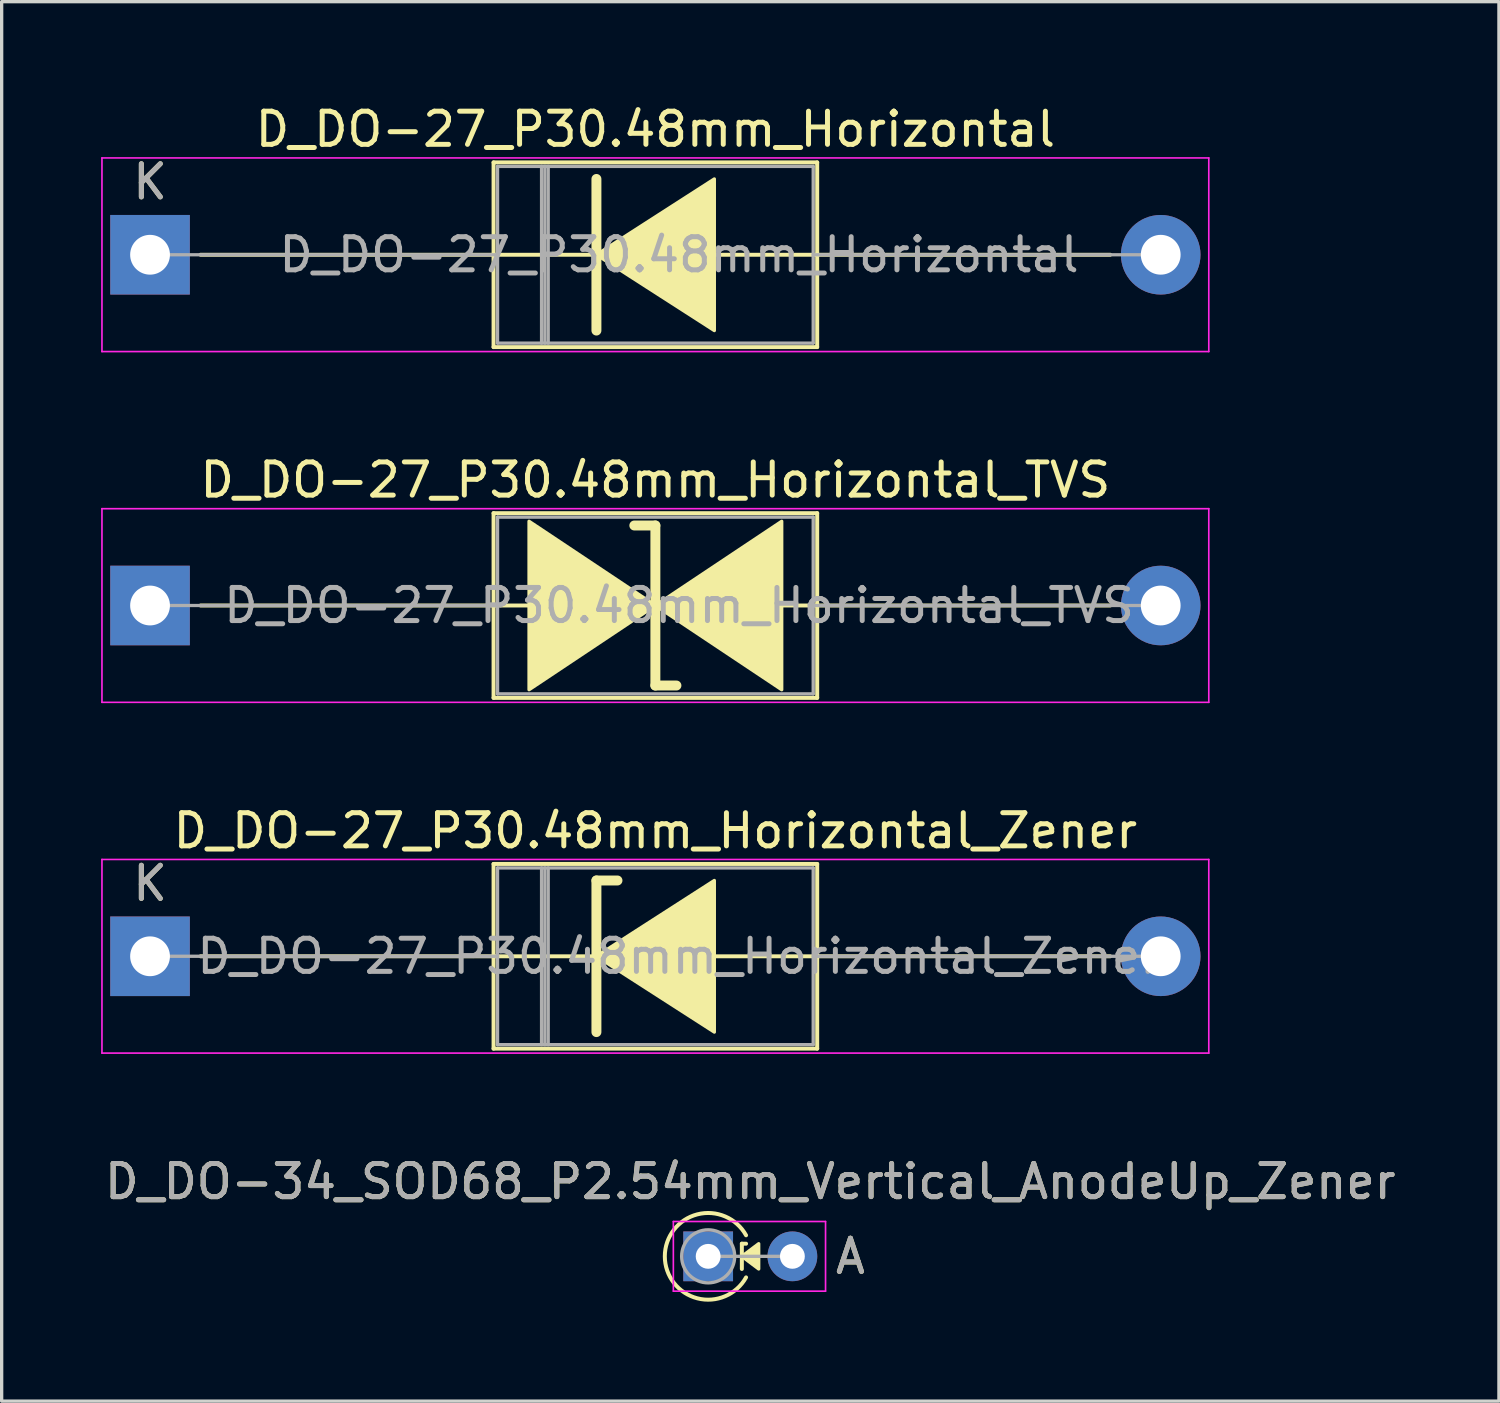
<source format=kicad_pcb>
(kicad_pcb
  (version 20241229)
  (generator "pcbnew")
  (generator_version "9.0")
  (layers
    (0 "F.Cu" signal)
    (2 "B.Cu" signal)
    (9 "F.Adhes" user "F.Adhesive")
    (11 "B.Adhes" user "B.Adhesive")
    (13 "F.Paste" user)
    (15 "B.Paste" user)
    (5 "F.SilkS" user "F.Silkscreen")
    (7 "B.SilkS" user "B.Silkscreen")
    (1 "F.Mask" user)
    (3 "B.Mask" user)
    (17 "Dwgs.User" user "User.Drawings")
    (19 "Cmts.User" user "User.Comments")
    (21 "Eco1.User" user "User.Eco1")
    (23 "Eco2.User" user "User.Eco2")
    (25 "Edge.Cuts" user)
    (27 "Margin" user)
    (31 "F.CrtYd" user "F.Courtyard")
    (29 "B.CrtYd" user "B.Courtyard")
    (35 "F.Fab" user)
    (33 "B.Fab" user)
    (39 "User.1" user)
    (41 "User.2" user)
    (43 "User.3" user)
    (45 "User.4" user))
  (footprint "D_DO-34_SOD68_P2.54mm_Vertical_AnodeUp_Zener"
    (layer "F.Cu")
    (at 18.307 34.839)
    (property "Reference" "D_DO-34_SOD68_P2.54mm_Vertical_AnodeUp_Zener" (at 1.27 -2.256 0) (layer "F.SilkS") (effects (font (size 1 1) (thickness 0.15))))
    (attr through_hole)
    (fp_line (start 1.016 -0.381) (end 1.016 0.381) (stroke (width 0.12) (type solid)) (layer "F.SilkS"))
    (fp_line (start 1.016 -0.381) (end 1.143 -0.381) (stroke (width 0.12) (type solid)) (layer "F.SilkS"))
    (fp_arc (start 1.142999 0.635) (mid -1.307544 0.000001) (end 1.142999 -0.634999) (stroke (width 0.12) (type solid)) (layer "F.SilkS"))
    (fp_poly (pts (xy 1.524 0.381) (xy 1.016 0) (xy 1.524 -0.381)) (stroke (width 0.1) (type solid)) (fill yes) (layer "F.SilkS"))
    (fp_line (start -1.05 -1.05) (end -1.05 1.05) (stroke (width 0.05) (type solid)) (layer "F.CrtYd"))
    (fp_line (start -1.05 1.05) (end 3.54 1.05) (stroke (width 0.05) (type solid)) (layer "F.CrtYd"))
    (fp_line (start 3.54 -1.05) (end -1.05 -1.05) (stroke (width 0.05) (type solid)) (layer "F.CrtYd"))
    (fp_line (start 3.54 1.05) (end 3.54 -1.05) (stroke (width 0.05) (type solid)) (layer "F.CrtYd"))
    (fp_line (start 0 0) (end 2.54 0) (stroke (width 0.1) (type solid)) (layer "F.Fab"))
    (fp_circle (center 0 0) (end 0.8 0) (stroke (width 0.1) (type solid)) (fill no) (layer "F.Fab"))
    (fp_text user "A" (at 4.29 0 0) (layer "F.SilkS") (effects (font (size 1 1) (thickness 0.15))))
    (fp_text user "A" (at 4.29 0 0) (layer "F.Fab") (effects (font (size 1 1) (thickness 0.15))))
    (fp_text user "${REFERENCE}" (at 1.27 -2.256 0) (layer "F.Fab") (effects (font (size 1 1) (thickness 0.15))))
    (pad "1" thru_hole rect (at 0 0) (size 1.5 1.5) (drill 0.75) (layers "*.Cu" "*.Mask"))
    (pad "2" thru_hole oval (at 2.54 0) (size 1.5 1.5) (drill 0.75) (layers "*.Cu" "*.Mask")))
  (footprint "D_DO-27_P30.48mm_Horizontal_Zener"
    (layer "F.Cu")
    (at 1.475 25.79)
    (property "Reference" "D_DO-27_P30.48mm_Horizontal_Zener" (at 15.24 -3.785 0) (layer "F.SilkS") (effects (font (size 1 1) (thickness 0.15))))
    (attr through_hole)
    (fp_line (start 1.524 0) (end 10.36 0) (stroke (width 0.12) (type solid)) (layer "F.SilkS"))
    (fp_line (start 10.36 -2.785) (end 10.36 2.785) (stroke (width 0.12) (type solid)) (layer "F.SilkS"))
    (fp_line (start 10.36 2.785) (end 20.12 2.785) (stroke (width 0.12) (type solid)) (layer "F.SilkS"))
    (fp_line (start 13.462 -2.286) (end 13.462 2.286) (stroke (width 0.3) (type solid)) (layer "F.SilkS"))
    (fp_line (start 13.462 -2.286) (end 14.097 -2.286) (stroke (width 0.3) (type solid)) (layer "F.SilkS"))
    (fp_line (start 13.462 0) (end 10.36 0) (stroke (width 0.12) (type solid)) (layer "F.SilkS"))
    (fp_line (start 16.891 0) (end 20.12 0) (stroke (width 0.12) (type solid)) (layer "F.SilkS"))
    (fp_line (start 20.12 -2.785) (end 10.36 -2.785) (stroke (width 0.12) (type solid)) (layer "F.SilkS"))
    (fp_line (start 20.12 2.785) (end 20.12 -2.785) (stroke (width 0.12) (type solid)) (layer "F.SilkS"))
    (fp_line (start 28.956 0) (end 20.12 0) (stroke (width 0.12) (type solid)) (layer "F.SilkS"))
    (fp_poly (pts (xy 17.018 2.286) (xy 13.462 0) (xy 17.018 -2.286)) (stroke (width 0.1) (type solid)) (fill yes) (layer "F.SilkS"))
    (fp_line (start -1.45 -2.92) (end -1.45 2.92) (stroke (width 0.05) (type solid)) (layer "F.CrtYd"))
    (fp_line (start -1.45 2.92) (end 31.93 2.92) (stroke (width 0.05) (type solid)) (layer "F.CrtYd"))
    (fp_line (start 31.93 -2.92) (end -1.45 -2.92) (stroke (width 0.05) (type solid)) (layer "F.CrtYd"))
    (fp_line (start 31.93 2.92) (end 31.93 -2.92) (stroke (width 0.05) (type solid)) (layer "F.CrtYd"))
    (fp_line (start 0 0) (end 10.48 0) (stroke (width 0.1) (type solid)) (layer "F.Fab"))
    (fp_line (start 10.48 -2.665) (end 10.48 2.665) (stroke (width 0.1) (type solid)) (layer "F.Fab"))
    (fp_line (start 10.48 2.665) (end 20 2.665) (stroke (width 0.1) (type solid)) (layer "F.Fab"))
    (fp_line (start 11.808 -2.665) (end 11.808 2.665) (stroke (width 0.1) (type solid)) (layer "F.Fab"))
    (fp_line (start 11.908 -2.665) (end 11.908 2.665) (stroke (width 0.1) (type solid)) (layer "F.Fab"))
    (fp_line (start 12.008 -2.665) (end 12.008 2.665) (stroke (width 0.1) (type solid)) (layer "F.Fab"))
    (fp_line (start 20 -2.665) (end 10.48 -2.665) (stroke (width 0.1) (type solid)) (layer "F.Fab"))
    (fp_line (start 20 2.665) (end 20 -2.665) (stroke (width 0.1) (type solid)) (layer "F.Fab"))
    (fp_line (start 30.48 0) (end 20 0) (stroke (width 0.1) (type solid)) (layer "F.Fab"))
    (fp_text user "K" (at 0 -2.2 0) (layer "F.SilkS") (effects (font (size 1 1) (thickness 0.15))))
    (fp_text user "${REFERENCE}" (at 15.954 0 0) (layer "F.Fab") (effects (font (size 1 1) (thickness 0.15))))
    (fp_text user "K" (at 0 -2.2 0) (layer "F.Fab") (effects (font (size 1 1) (thickness 0.15))))
    (pad "1" thru_hole rect (at 0 0) (size 2.4 2.4) (drill 1.2) (layers "*.Cu" "*.Mask"))
    (pad "2" thru_hole oval (at 30.48 0) (size 2.4 2.4) (drill 1.2) (layers "*.Cu" "*.Mask")))
  (footprint "D_DO-27_P30.48mm_Horizontal_TVS"
    (layer "F.Cu")
    (at 1.475 15.211)
    (property "Reference" "D_DO-27_P30.48mm_Horizontal_TVS" (at 15.24 -3.785 0) (layer "F.SilkS") (effects (font (size 1 1) (thickness 0.15))))
    (attr through_hole)
    (fp_line (start 1.524 0) (end 10.36 0) (stroke (width 0.12) (type solid)) (layer "F.SilkS"))
    (fp_line (start 10.36 -2.785) (end 10.36 2.785) (stroke (width 0.12) (type solid)) (layer "F.SilkS"))
    (fp_line (start 10.36 0) (end 11.43 0) (stroke (width 0.12) (type solid)) (layer "F.SilkS"))
    (fp_line (start 10.36 2.785) (end 20.12 2.785) (stroke (width 0.12) (type solid)) (layer "F.SilkS"))
    (fp_line (start 15.24 -2.413) (end 14.605 -2.413) (stroke (width 0.3) (type solid)) (layer "F.SilkS"))
    (fp_line (start 15.24 2.413) (end 15.24 -2.413) (stroke (width 0.3) (type solid)) (layer "F.SilkS"))
    (fp_line (start 15.875 2.413) (end 15.24 2.413) (stroke (width 0.3) (type solid)) (layer "F.SilkS"))
    (fp_line (start 19.05 0) (end 20.12 0) (stroke (width 0.12) (type solid)) (layer "F.SilkS"))
    (fp_line (start 20.12 -2.785) (end 10.36 -2.785) (stroke (width 0.12) (type solid)) (layer "F.SilkS"))
    (fp_line (start 20.12 2.785) (end 20.12 -2.785) (stroke (width 0.12) (type solid)) (layer "F.SilkS"))
    (fp_line (start 28.956 0) (end 20.12 0) (stroke (width 0.12) (type solid)) (layer "F.SilkS"))
    (fp_poly (pts (xy 15.24 0) (xy 11.43 2.54) (xy 11.43 -2.54)) (stroke (width 0.1) (type solid)) (fill yes) (layer "F.SilkS"))
    (fp_poly (pts (xy 15.24 0) (xy 19.05 -2.54) (xy 19.05 2.54)) (stroke (width 0.1) (type solid)) (fill yes) (layer "F.SilkS"))
    (fp_line (start -1.45 -2.92) (end -1.45 2.92) (stroke (width 0.05) (type solid)) (layer "F.CrtYd"))
    (fp_line (start -1.45 2.92) (end 31.93 2.92) (stroke (width 0.05) (type solid)) (layer "F.CrtYd"))
    (fp_line (start 31.93 -2.92) (end -1.45 -2.92) (stroke (width 0.05) (type solid)) (layer "F.CrtYd"))
    (fp_line (start 31.93 2.92) (end 31.93 -2.92) (stroke (width 0.05) (type solid)) (layer "F.CrtYd"))
    (fp_line (start 0 0) (end 10.48 0) (stroke (width 0.1) (type solid)) (layer "F.Fab"))
    (fp_line (start 10.48 -2.665) (end 10.48 2.665) (stroke (width 0.1) (type solid)) (layer "F.Fab"))
    (fp_line (start 10.48 2.665) (end 20 2.665) (stroke (width 0.1) (type solid)) (layer "F.Fab"))
    (fp_line (start 20 -2.665) (end 10.48 -2.665) (stroke (width 0.1) (type solid)) (layer "F.Fab"))
    (fp_line (start 20 2.665) (end 20 -2.665) (stroke (width 0.1) (type solid)) (layer "F.Fab"))
    (fp_line (start 30.48 0) (end 20 0) (stroke (width 0.1) (type solid)) (layer "F.Fab"))
    (fp_text user "${REFERENCE}" (at 15.954 0 0) (layer "F.Fab") (effects (font (size 1 1) (thickness 0.15))))
    (pad "1" thru_hole rect (at 0 0) (size 2.4 2.4) (drill 1.2) (layers "*.Cu" "*.Mask"))
    (pad "2" thru_hole oval (at 30.48 0) (size 2.4 2.4) (drill 1.2) (layers "*.Cu" "*.Mask")))
  (footprint "D_DO-27_P30.48mm_Horizontal"
    (layer "F.Cu")
    (at 1.475 4.633)
    (property "Reference" "D_DO-27_P30.48mm_Horizontal" (at 15.24 -3.785 0) (layer "F.SilkS") (effects (font (size 1 1) (thickness 0.15))))
    (attr through_hole)
    (fp_line (start 1.524 0) (end 10.36 0) (stroke (width 0.12) (type solid)) (layer "F.SilkS"))
    (fp_line (start 10.36 -2.785) (end 10.36 2.785) (stroke (width 0.12) (type solid)) (layer "F.SilkS"))
    (fp_line (start 10.36 2.785) (end 20.12 2.785) (stroke (width 0.12) (type solid)) (layer "F.SilkS"))
    (fp_line (start 13.462 -2.286) (end 13.462 2.286) (stroke (width 0.3) (type solid)) (layer "F.SilkS"))
    (fp_line (start 13.462 0) (end 10.36 0) (stroke (width 0.12) (type solid)) (layer "F.SilkS"))
    (fp_line (start 16.891 0) (end 20.12 0) (stroke (width 0.12) (type solid)) (layer "F.SilkS"))
    (fp_line (start 20.12 -2.785) (end 10.36 -2.785) (stroke (width 0.12) (type solid)) (layer "F.SilkS"))
    (fp_line (start 20.12 2.785) (end 20.12 -2.785) (stroke (width 0.12) (type solid)) (layer "F.SilkS"))
    (fp_line (start 28.956 0) (end 20.12 0) (stroke (width 0.12) (type solid)) (layer "F.SilkS"))
    (fp_poly (pts (xy 17.018 2.286) (xy 13.462 0) (xy 17.018 -2.286)) (stroke (width 0.1) (type solid)) (fill yes) (layer "F.SilkS"))
    (fp_line (start -1.45 -2.92) (end -1.45 2.92) (stroke (width 0.05) (type solid)) (layer "F.CrtYd"))
    (fp_line (start -1.45 2.92) (end 31.93 2.92) (stroke (width 0.05) (type solid)) (layer "F.CrtYd"))
    (fp_line (start 31.93 -2.92) (end -1.45 -2.92) (stroke (width 0.05) (type solid)) (layer "F.CrtYd"))
    (fp_line (start 31.93 2.92) (end 31.93 -2.92) (stroke (width 0.05) (type solid)) (layer "F.CrtYd"))
    (fp_line (start 0 0) (end 10.48 0) (stroke (width 0.1) (type solid)) (layer "F.Fab"))
    (fp_line (start 10.48 -2.665) (end 10.48 2.665) (stroke (width 0.1) (type solid)) (layer "F.Fab"))
    (fp_line (start 10.48 2.665) (end 20 2.665) (stroke (width 0.1) (type solid)) (layer "F.Fab"))
    (fp_line (start 11.808 -2.665) (end 11.808 2.665) (stroke (width 0.1) (type solid)) (layer "F.Fab"))
    (fp_line (start 11.908 -2.665) (end 11.908 2.665) (stroke (width 0.1) (type solid)) (layer "F.Fab"))
    (fp_line (start 12.008 -2.665) (end 12.008 2.665) (stroke (width 0.1) (type solid)) (layer "F.Fab"))
    (fp_line (start 20 -2.665) (end 10.48 -2.665) (stroke (width 0.1) (type solid)) (layer "F.Fab"))
    (fp_line (start 20 2.665) (end 20 -2.665) (stroke (width 0.1) (type solid)) (layer "F.Fab"))
    (fp_line (start 30.48 0) (end 20 0) (stroke (width 0.1) (type solid)) (layer "F.Fab"))
    (fp_text user "K" (at 0 -2.2 0) (layer "F.SilkS") (effects (font (size 1 1) (thickness 0.15))))
    (fp_text user "${REFERENCE}" (at 15.954 0 0) (layer "F.Fab") (effects (font (size 1 1) (thickness 0.15))))
    (fp_text user "K" (at 0 -2.2 0) (layer "F.Fab") (effects (font (size 1 1) (thickness 0.15))))
    (pad "1" thru_hole rect (at 0 0) (size 2.4 2.4) (drill 1.2) (layers "*.Cu" "*.Mask"))
    (pad "2" thru_hole oval (at 30.48 0) (size 2.4 2.4) (drill 1.2) (layers "*.Cu" "*.Mask")))
  (gr_rect
    (start -3 -3)
    (end 42.155 39.206)
    (stroke (width 0.1) (type default))
    (fill no)
    (layer "Edge.Cuts")))
</source>
